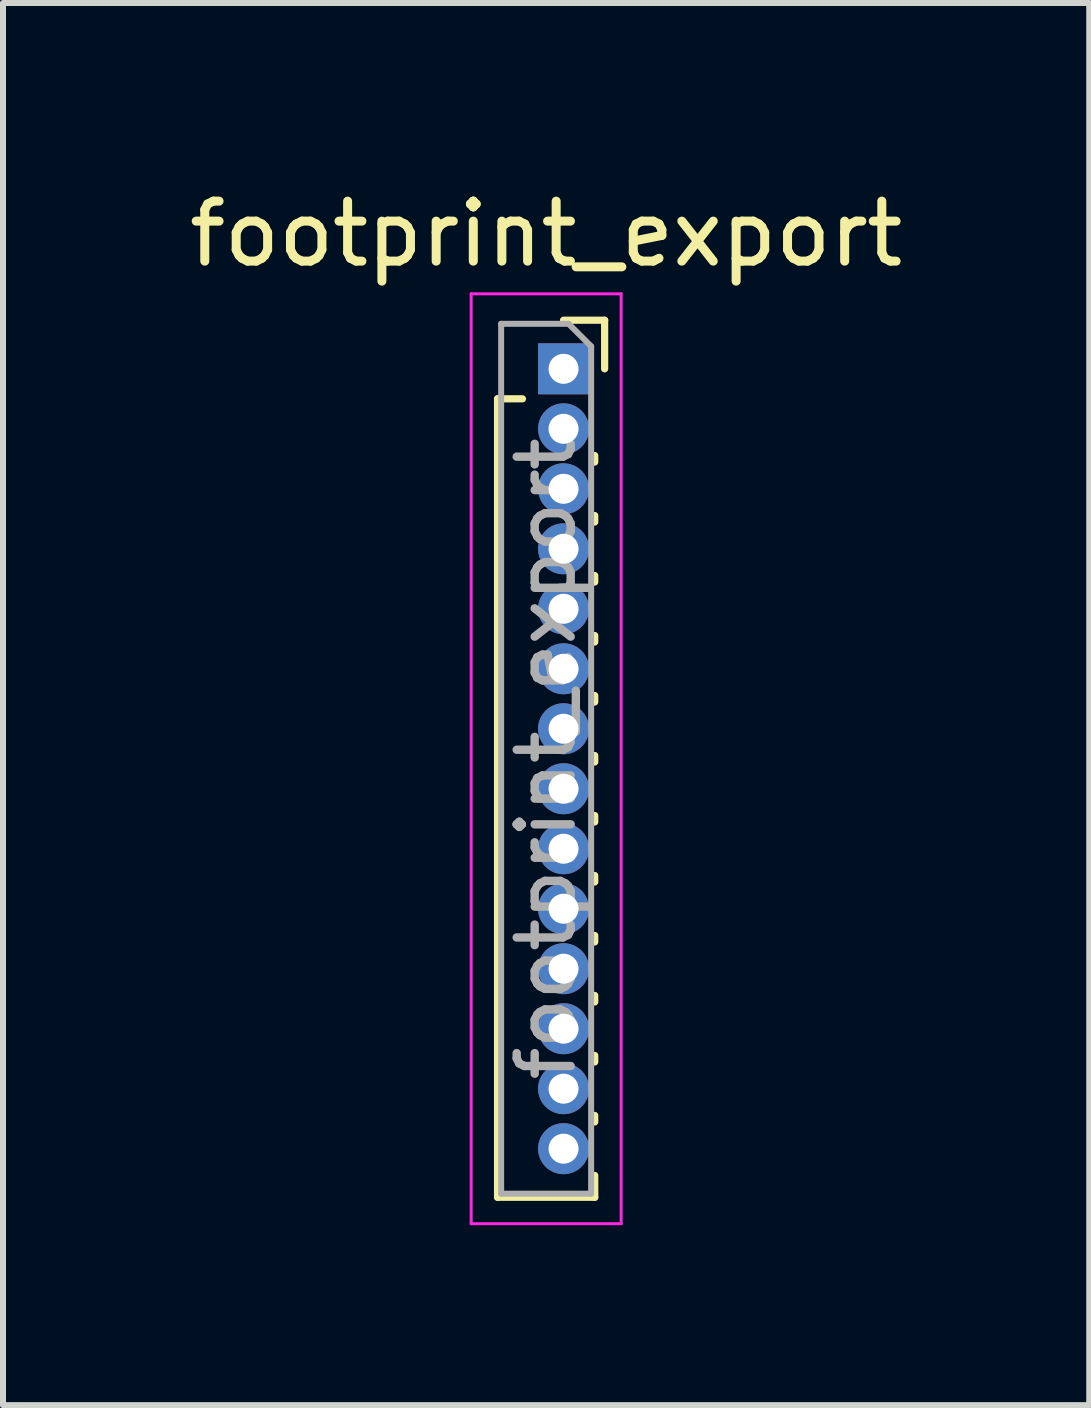
<source format=kicad_pcb>
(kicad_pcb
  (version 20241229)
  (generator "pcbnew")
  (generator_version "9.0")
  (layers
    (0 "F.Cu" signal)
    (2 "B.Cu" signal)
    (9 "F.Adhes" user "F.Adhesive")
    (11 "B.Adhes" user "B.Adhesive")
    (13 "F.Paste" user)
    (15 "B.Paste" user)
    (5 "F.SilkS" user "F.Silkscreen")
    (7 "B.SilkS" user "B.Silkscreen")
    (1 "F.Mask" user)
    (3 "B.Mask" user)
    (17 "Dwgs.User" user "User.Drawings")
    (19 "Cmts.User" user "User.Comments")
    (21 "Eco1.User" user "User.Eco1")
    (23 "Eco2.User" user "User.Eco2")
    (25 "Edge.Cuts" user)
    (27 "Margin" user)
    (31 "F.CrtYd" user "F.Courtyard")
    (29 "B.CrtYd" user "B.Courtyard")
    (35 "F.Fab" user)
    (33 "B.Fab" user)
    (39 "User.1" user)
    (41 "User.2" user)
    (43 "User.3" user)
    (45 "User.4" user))
  (footprint "footprint_export"
    (layer "F.Cu")
    (at 6.344 3.098)
    (property "Reference" "footprint_export" (at -0.29 -2.25 0) (layer "F.SilkS") (effects (font (size 1 1) (thickness 0.15))))
    (attr through_hole)
    (fp_line (start -1.1 0.5) (end -1.1 13.81) (stroke (width 0.12) (type solid)) (layer "F.SilkS"))
    (fp_line (start -1.1 0.5) (end -0.685 0.5) (stroke (width 0.12) (type solid)) (layer "F.SilkS"))
    (fp_line (start -1.1 13.81) (end 0.52 13.81) (stroke (width 0.12) (type solid)) (layer "F.SilkS"))
    (fp_line (start 0 -0.81) (end 0.685 -0.81) (stroke (width 0.12) (type solid)) (layer "F.SilkS"))
    (fp_line (start 0.52 1.446) (end 0.52 1.554) (stroke (width 0.12) (type solid)) (layer "F.SilkS"))
    (fp_line (start 0.52 2.446) (end 0.52 2.554) (stroke (width 0.12) (type solid)) (layer "F.SilkS"))
    (fp_line (start 0.52 3.446) (end 0.52 3.554) (stroke (width 0.12) (type solid)) (layer "F.SilkS"))
    (fp_line (start 0.52 4.446) (end 0.52 4.554) (stroke (width 0.12) (type solid)) (layer "F.SilkS"))
    (fp_line (start 0.52 5.446) (end 0.52 5.554) (stroke (width 0.12) (type solid)) (layer "F.SilkS"))
    (fp_line (start 0.52 6.446) (end 0.52 6.554) (stroke (width 0.12) (type solid)) (layer "F.SilkS"))
    (fp_line (start 0.52 7.446) (end 0.52 7.554) (stroke (width 0.12) (type solid)) (layer "F.SilkS"))
    (fp_line (start 0.52 8.446) (end 0.52 8.554) (stroke (width 0.12) (type solid)) (layer "F.SilkS"))
    (fp_line (start 0.52 9.446) (end 0.52 9.554) (stroke (width 0.12) (type solid)) (layer "F.SilkS"))
    (fp_line (start 0.52 10.446) (end 0.52 10.554) (stroke (width 0.12) (type solid)) (layer "F.SilkS"))
    (fp_line (start 0.52 11.446) (end 0.52 11.554) (stroke (width 0.12) (type solid)) (layer "F.SilkS"))
    (fp_line (start 0.52 12.446) (end 0.52 12.554) (stroke (width 0.12) (type solid)) (layer "F.SilkS"))
    (fp_line (start 0.52 13.446) (end 0.52 13.81) (stroke (width 0.12) (type solid)) (layer "F.SilkS"))
    (fp_line (start 0.685 -0.81) (end 0.685 0) (stroke (width 0.12) (type solid)) (layer "F.SilkS"))
    (fp_line (start -1.54 -1.25) (end 0.96 -1.25) (stroke (width 0.05) (type solid)) (layer "F.CrtYd"))
    (fp_line (start -1.54 14.25) (end -1.54 -1.25) (stroke (width 0.05) (type solid)) (layer "F.CrtYd"))
    (fp_line (start 0.96 -1.25) (end 0.96 14.25) (stroke (width 0.05) (type solid)) (layer "F.CrtYd"))
    (fp_line (start 0.96 14.25) (end -1.54 14.25) (stroke (width 0.05) (type solid)) (layer "F.CrtYd"))
    (fp_line (start -1.04 -0.75) (end 0.085 -0.75) (stroke (width 0.1) (type solid)) (layer "F.Fab"))
    (fp_line (start -1.04 13.75) (end -1.04 -0.75) (stroke (width 0.1) (type solid)) (layer "F.Fab"))
    (fp_line (start 0.085 -0.75) (end 0.46 -0.375) (stroke (width 0.1) (type solid)) (layer "F.Fab"))
    (fp_line (start 0.46 -0.375) (end 0.46 13.75) (stroke (width 0.1) (type solid)) (layer "F.Fab"))
    (fp_line (start 0.46 13.75) (end -1.04 13.75) (stroke (width 0.1) (type solid)) (layer "F.Fab"))
    (fp_text user "${REFERENCE}" (at -0.29 6.5 90) (layer "F.Fab") (effects (font (size 0.9 0.9) (thickness 0.14))))
    (pad "1" thru_hole rect (at 0 0) (size 0.85 0.85) (drill 0.5) (layers "*.Cu" "*.Mask"))
    (pad "2" thru_hole oval (at 0 1) (size 0.85 0.85) (drill 0.5) (layers "*.Cu" "*.Mask"))
    (pad "3" thru_hole oval (at 0 2) (size 0.85 0.85) (drill 0.5) (layers "*.Cu" "*.Mask"))
    (pad "4" thru_hole oval (at 0 3) (size 0.85 0.85) (drill 0.5) (layers "*.Cu" "*.Mask"))
    (pad "5" thru_hole oval (at 0 4) (size 0.85 0.85) (drill 0.5) (layers "*.Cu" "*.Mask"))
    (pad "6" thru_hole oval (at 0 5) (size 0.85 0.85) (drill 0.5) (layers "*.Cu" "*.Mask"))
    (pad "7" thru_hole oval (at 0 6) (size 0.85 0.85) (drill 0.5) (layers "*.Cu" "*.Mask"))
    (pad "8" thru_hole oval (at 0 7) (size 0.85 0.85) (drill 0.5) (layers "*.Cu" "*.Mask"))
    (pad "9" thru_hole oval (at 0 8) (size 0.85 0.85) (drill 0.5) (layers "*.Cu" "*.Mask"))
    (pad "10" thru_hole oval (at 0 9) (size 0.85 0.85) (drill 0.5) (layers "*.Cu" "*.Mask"))
    (pad "11" thru_hole oval (at 0 10) (size 0.85 0.85) (drill 0.5) (layers "*.Cu" "*.Mask"))
    (pad "12" thru_hole oval (at 0 11) (size 0.85 0.85) (drill 0.5) (layers "*.Cu" "*.Mask"))
    (pad "13" thru_hole oval (at 0 12) (size 0.85 0.85) (drill 0.5) (layers "*.Cu" "*.Mask"))
    (pad "14" thru_hole oval (at 0 13) (size 0.85 0.85) (drill 0.5) (layers "*.Cu" "*.Mask")))
  (gr_rect
    (start -3 -3)
    (end 15.107 20.373)
    (stroke (width 0.1) (type default))
    (fill no)
    (layer "Edge.Cuts")))
</source>
